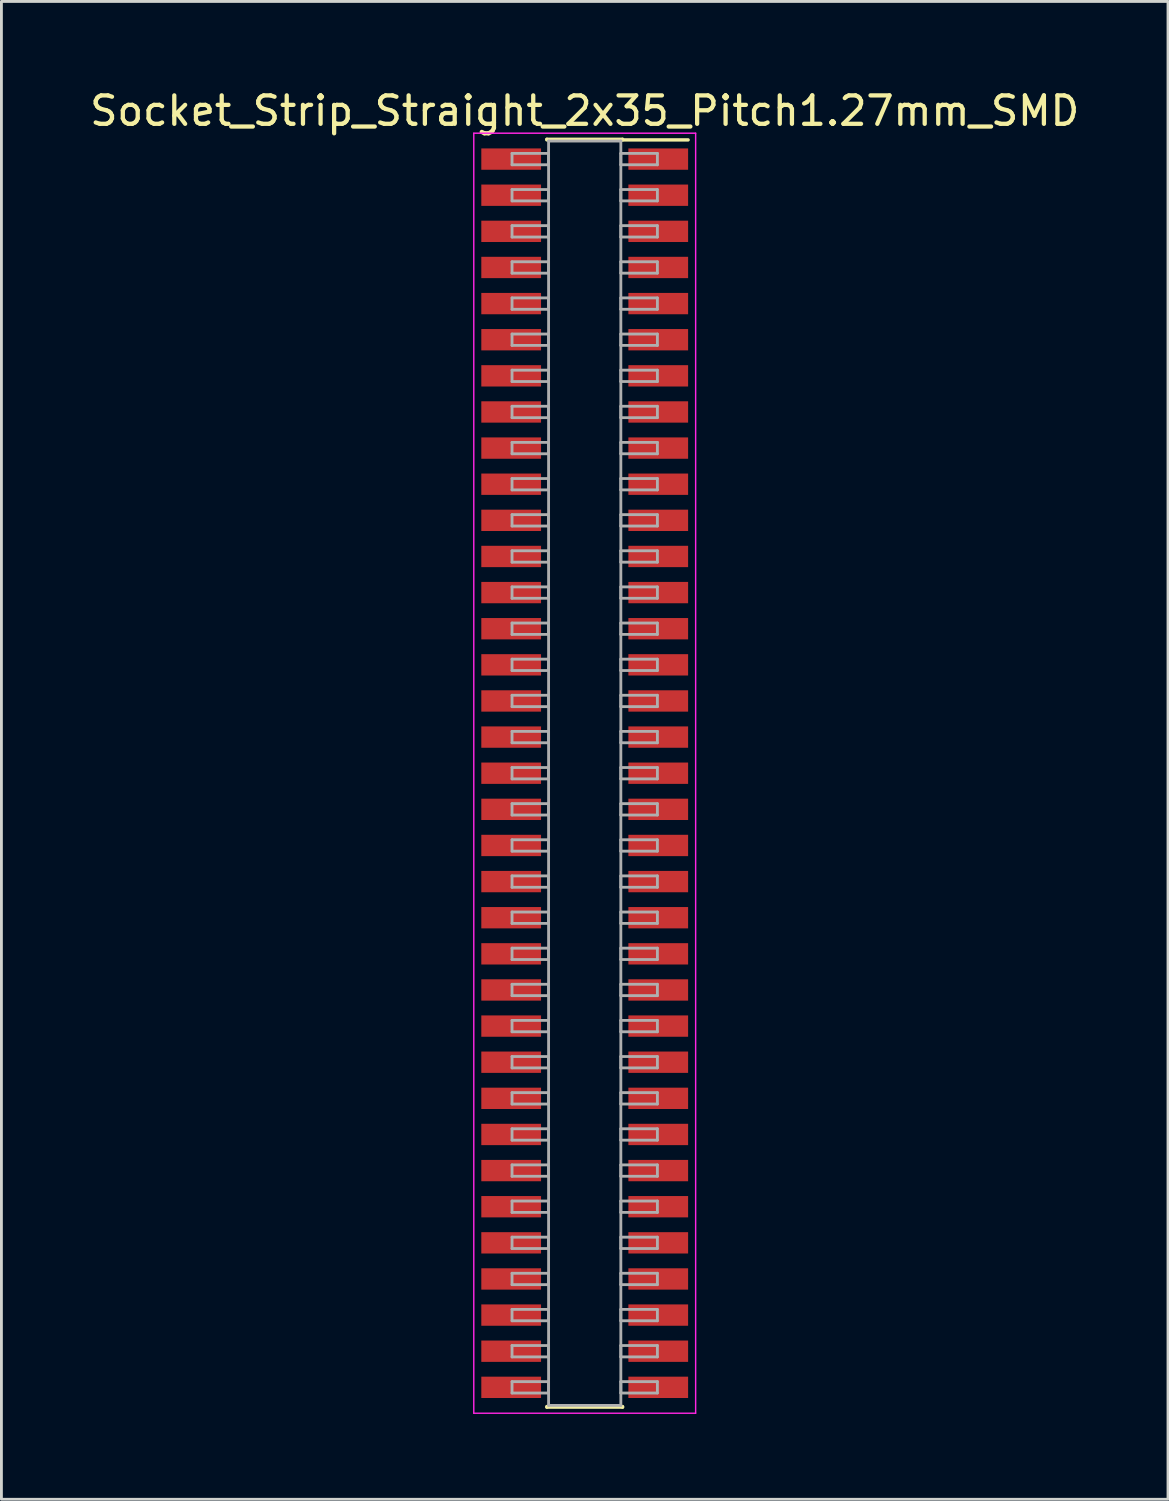
<source format=kicad_pcb>
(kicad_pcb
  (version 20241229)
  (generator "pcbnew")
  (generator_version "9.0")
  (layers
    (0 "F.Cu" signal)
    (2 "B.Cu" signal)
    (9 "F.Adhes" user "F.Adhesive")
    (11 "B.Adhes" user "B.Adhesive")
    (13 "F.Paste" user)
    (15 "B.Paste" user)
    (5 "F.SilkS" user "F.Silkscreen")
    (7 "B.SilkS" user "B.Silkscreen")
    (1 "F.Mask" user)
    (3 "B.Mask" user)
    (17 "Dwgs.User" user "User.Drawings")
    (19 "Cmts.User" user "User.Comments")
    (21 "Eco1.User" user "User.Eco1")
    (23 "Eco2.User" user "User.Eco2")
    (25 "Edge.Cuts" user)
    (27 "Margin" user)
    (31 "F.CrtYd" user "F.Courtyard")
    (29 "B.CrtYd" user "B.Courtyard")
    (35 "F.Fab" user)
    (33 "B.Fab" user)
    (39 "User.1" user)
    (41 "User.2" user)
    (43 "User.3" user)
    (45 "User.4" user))
  (footprint "Socket_Strip_Straight_2x35_Pitch1.27mm_SMD"
    (layer "F.Cu")
    (at 17.506 24.133)
    (property "Reference" "Socket_Strip_Straight_2x35_Pitch1.27mm_SMD" (at 0 -23.285 0) (layer "F.SilkS") (effects (font (size 1 1) (thickness 0.15))))
    (attr smd)
    (fp_line (start -1.33 -22.285) (end 1.33 -22.285) (stroke (width 0.12) (type solid)) (layer "F.SilkS"))
    (fp_line (start -1.33 -22.265) (end -1.33 -22.285) (stroke (width 0.12) (type solid)) (layer "F.SilkS"))
    (fp_line (start -1.33 22.265) (end -1.33 22.285) (stroke (width 0.12) (type solid)) (layer "F.SilkS"))
    (fp_line (start -1.33 22.285) (end 1.33 22.285) (stroke (width 0.12) (type solid)) (layer "F.SilkS"))
    (fp_line (start 1.33 -22.285) (end 1.33 -22.265) (stroke (width 0.12) (type solid)) (layer "F.SilkS"))
    (fp_line (start 1.33 22.285) (end 1.33 22.265) (stroke (width 0.12) (type solid)) (layer "F.SilkS"))
    (fp_line (start 3.635 -22.265) (end 1.33 -22.265) (stroke (width 0.12) (type solid)) (layer "F.SilkS"))
    (fp_line (start -3.9 -22.5) (end -3.9 22.5) (stroke (width 0.05) (type solid)) (layer "F.CrtYd"))
    (fp_line (start -3.9 22.5) (end 3.9 22.5) (stroke (width 0.05) (type solid)) (layer "F.CrtYd"))
    (fp_line (start 3.9 -22.5) (end -3.9 -22.5) (stroke (width 0.05) (type solid)) (layer "F.CrtYd"))
    (fp_line (start 3.9 22.5) (end 3.9 -22.5) (stroke (width 0.05) (type solid)) (layer "F.CrtYd"))
    (fp_line (start -2.555 -21.79) (end -1.27 -21.79) (stroke (width 0.1) (type solid)) (layer "F.Fab"))
    (fp_line (start -2.555 -21.39) (end -2.555 -21.79) (stroke (width 0.1) (type solid)) (layer "F.Fab"))
    (fp_line (start -2.555 -20.52) (end -1.27 -20.52) (stroke (width 0.1) (type solid)) (layer "F.Fab"))
    (fp_line (start -2.555 -20.12) (end -2.555 -20.52) (stroke (width 0.1) (type solid)) (layer "F.Fab"))
    (fp_line (start -2.555 -19.25) (end -1.27 -19.25) (stroke (width 0.1) (type solid)) (layer "F.Fab"))
    (fp_line (start -2.555 -18.85) (end -2.555 -19.25) (stroke (width 0.1) (type solid)) (layer "F.Fab"))
    (fp_line (start -2.555 -17.98) (end -1.27 -17.98) (stroke (width 0.1) (type solid)) (layer "F.Fab"))
    (fp_line (start -2.555 -17.58) (end -2.555 -17.98) (stroke (width 0.1) (type solid)) (layer "F.Fab"))
    (fp_line (start -2.555 -16.71) (end -1.27 -16.71) (stroke (width 0.1) (type solid)) (layer "F.Fab"))
    (fp_line (start -2.555 -16.31) (end -2.555 -16.71) (stroke (width 0.1) (type solid)) (layer "F.Fab"))
    (fp_line (start -2.555 -15.44) (end -1.27 -15.44) (stroke (width 0.1) (type solid)) (layer "F.Fab"))
    (fp_line (start -2.555 -15.04) (end -2.555 -15.44) (stroke (width 0.1) (type solid)) (layer "F.Fab"))
    (fp_line (start -2.555 -14.17) (end -1.27 -14.17) (stroke (width 0.1) (type solid)) (layer "F.Fab"))
    (fp_line (start -2.555 -13.77) (end -2.555 -14.17) (stroke (width 0.1) (type solid)) (layer "F.Fab"))
    (fp_line (start -2.555 -12.9) (end -1.27 -12.9) (stroke (width 0.1) (type solid)) (layer "F.Fab"))
    (fp_line (start -2.555 -12.5) (end -2.555 -12.9) (stroke (width 0.1) (type solid)) (layer "F.Fab"))
    (fp_line (start -2.555 -11.63) (end -1.27 -11.63) (stroke (width 0.1) (type solid)) (layer "F.Fab"))
    (fp_line (start -2.555 -11.23) (end -2.555 -11.63) (stroke (width 0.1) (type solid)) (layer "F.Fab"))
    (fp_line (start -2.555 -10.36) (end -1.27 -10.36) (stroke (width 0.1) (type solid)) (layer "F.Fab"))
    (fp_line (start -2.555 -9.96) (end -2.555 -10.36) (stroke (width 0.1) (type solid)) (layer "F.Fab"))
    (fp_line (start -2.555 -9.09) (end -1.27 -9.09) (stroke (width 0.1) (type solid)) (layer "F.Fab"))
    (fp_line (start -2.555 -8.69) (end -2.555 -9.09) (stroke (width 0.1) (type solid)) (layer "F.Fab"))
    (fp_line (start -2.555 -7.82) (end -1.27 -7.82) (stroke (width 0.1) (type solid)) (layer "F.Fab"))
    (fp_line (start -2.555 -7.42) (end -2.555 -7.82) (stroke (width 0.1) (type solid)) (layer "F.Fab"))
    (fp_line (start -2.555 -6.55) (end -1.27 -6.55) (stroke (width 0.1) (type solid)) (layer "F.Fab"))
    (fp_line (start -2.555 -6.15) (end -2.555 -6.55) (stroke (width 0.1) (type solid)) (layer "F.Fab"))
    (fp_line (start -2.555 -5.28) (end -1.27 -5.28) (stroke (width 0.1) (type solid)) (layer "F.Fab"))
    (fp_line (start -2.555 -4.88) (end -2.555 -5.28) (stroke (width 0.1) (type solid)) (layer "F.Fab"))
    (fp_line (start -2.555 -4.01) (end -1.27 -4.01) (stroke (width 0.1) (type solid)) (layer "F.Fab"))
    (fp_line (start -2.555 -3.61) (end -2.555 -4.01) (stroke (width 0.1) (type solid)) (layer "F.Fab"))
    (fp_line (start -2.555 -2.74) (end -1.27 -2.74) (stroke (width 0.1) (type solid)) (layer "F.Fab"))
    (fp_line (start -2.555 -2.34) (end -2.555 -2.74) (stroke (width 0.1) (type solid)) (layer "F.Fab"))
    (fp_line (start -2.555 -1.47) (end -1.27 -1.47) (stroke (width 0.1) (type solid)) (layer "F.Fab"))
    (fp_line (start -2.555 -1.07) (end -2.555 -1.47) (stroke (width 0.1) (type solid)) (layer "F.Fab"))
    (fp_line (start -2.555 -0.2) (end -1.27 -0.2) (stroke (width 0.1) (type solid)) (layer "F.Fab"))
    (fp_line (start -2.555 0.2) (end -2.555 -0.2) (stroke (width 0.1) (type solid)) (layer "F.Fab"))
    (fp_line (start -2.555 1.07) (end -1.27 1.07) (stroke (width 0.1) (type solid)) (layer "F.Fab"))
    (fp_line (start -2.555 1.47) (end -2.555 1.07) (stroke (width 0.1) (type solid)) (layer "F.Fab"))
    (fp_line (start -2.555 2.34) (end -1.27 2.34) (stroke (width 0.1) (type solid)) (layer "F.Fab"))
    (fp_line (start -2.555 2.74) (end -2.555 2.34) (stroke (width 0.1) (type solid)) (layer "F.Fab"))
    (fp_line (start -2.555 3.61) (end -1.27 3.61) (stroke (width 0.1) (type solid)) (layer "F.Fab"))
    (fp_line (start -2.555 4.01) (end -2.555 3.61) (stroke (width 0.1) (type solid)) (layer "F.Fab"))
    (fp_line (start -2.555 4.88) (end -1.27 4.88) (stroke (width 0.1) (type solid)) (layer "F.Fab"))
    (fp_line (start -2.555 5.28) (end -2.555 4.88) (stroke (width 0.1) (type solid)) (layer "F.Fab"))
    (fp_line (start -2.555 6.15) (end -1.27 6.15) (stroke (width 0.1) (type solid)) (layer "F.Fab"))
    (fp_line (start -2.555 6.55) (end -2.555 6.15) (stroke (width 0.1) (type solid)) (layer "F.Fab"))
    (fp_line (start -2.555 7.42) (end -1.27 7.42) (stroke (width 0.1) (type solid)) (layer "F.Fab"))
    (fp_line (start -2.555 7.82) (end -2.555 7.42) (stroke (width 0.1) (type solid)) (layer "F.Fab"))
    (fp_line (start -2.555 8.69) (end -1.27 8.69) (stroke (width 0.1) (type solid)) (layer "F.Fab"))
    (fp_line (start -2.555 9.09) (end -2.555 8.69) (stroke (width 0.1) (type solid)) (layer "F.Fab"))
    (fp_line (start -2.555 9.96) (end -1.27 9.96) (stroke (width 0.1) (type solid)) (layer "F.Fab"))
    (fp_line (start -2.555 10.36) (end -2.555 9.96) (stroke (width 0.1) (type solid)) (layer "F.Fab"))
    (fp_line (start -2.555 11.23) (end -1.27 11.23) (stroke (width 0.1) (type solid)) (layer "F.Fab"))
    (fp_line (start -2.555 11.63) (end -2.555 11.23) (stroke (width 0.1) (type solid)) (layer "F.Fab"))
    (fp_line (start -2.555 12.5) (end -1.27 12.5) (stroke (width 0.1) (type solid)) (layer "F.Fab"))
    (fp_line (start -2.555 12.9) (end -2.555 12.5) (stroke (width 0.1) (type solid)) (layer "F.Fab"))
    (fp_line (start -2.555 13.77) (end -1.27 13.77) (stroke (width 0.1) (type solid)) (layer "F.Fab"))
    (fp_line (start -2.555 14.17) (end -2.555 13.77) (stroke (width 0.1) (type solid)) (layer "F.Fab"))
    (fp_line (start -2.555 15.04) (end -1.27 15.04) (stroke (width 0.1) (type solid)) (layer "F.Fab"))
    (fp_line (start -2.555 15.44) (end -2.555 15.04) (stroke (width 0.1) (type solid)) (layer "F.Fab"))
    (fp_line (start -2.555 16.31) (end -1.27 16.31) (stroke (width 0.1) (type solid)) (layer "F.Fab"))
    (fp_line (start -2.555 16.71) (end -2.555 16.31) (stroke (width 0.1) (type solid)) (layer "F.Fab"))
    (fp_line (start -2.555 17.58) (end -1.27 17.58) (stroke (width 0.1) (type solid)) (layer "F.Fab"))
    (fp_line (start -2.555 17.98) (end -2.555 17.58) (stroke (width 0.1) (type solid)) (layer "F.Fab"))
    (fp_line (start -2.555 18.85) (end -1.27 18.85) (stroke (width 0.1) (type solid)) (layer "F.Fab"))
    (fp_line (start -2.555 19.25) (end -2.555 18.85) (stroke (width 0.1) (type solid)) (layer "F.Fab"))
    (fp_line (start -2.555 20.12) (end -1.27 20.12) (stroke (width 0.1) (type solid)) (layer "F.Fab"))
    (fp_line (start -2.555 20.52) (end -2.555 20.12) (stroke (width 0.1) (type solid)) (layer "F.Fab"))
    (fp_line (start -2.555 21.39) (end -1.27 21.39) (stroke (width 0.1) (type solid)) (layer "F.Fab"))
    (fp_line (start -2.555 21.79) (end -2.555 21.39) (stroke (width 0.1) (type solid)) (layer "F.Fab"))
    (fp_line (start -1.27 -22.225) (end -1.27 22.225) (stroke (width 0.1) (type solid)) (layer "F.Fab"))
    (fp_line (start -1.27 -21.79) (end -1.27 -21.39) (stroke (width 0.1) (type solid)) (layer "F.Fab"))
    (fp_line (start -1.27 -21.39) (end -2.555 -21.39) (stroke (width 0.1) (type solid)) (layer "F.Fab"))
    (fp_line (start -1.27 -20.52) (end -1.27 -20.12) (stroke (width 0.1) (type solid)) (layer "F.Fab"))
    (fp_line (start -1.27 -20.12) (end -2.555 -20.12) (stroke (width 0.1) (type solid)) (layer "F.Fab"))
    (fp_line (start -1.27 -19.25) (end -1.27 -18.85) (stroke (width 0.1) (type solid)) (layer "F.Fab"))
    (fp_line (start -1.27 -18.85) (end -2.555 -18.85) (stroke (width 0.1) (type solid)) (layer "F.Fab"))
    (fp_line (start -1.27 -17.98) (end -1.27 -17.58) (stroke (width 0.1) (type solid)) (layer "F.Fab"))
    (fp_line (start -1.27 -17.58) (end -2.555 -17.58) (stroke (width 0.1) (type solid)) (layer "F.Fab"))
    (fp_line (start -1.27 -16.71) (end -1.27 -16.31) (stroke (width 0.1) (type solid)) (layer "F.Fab"))
    (fp_line (start -1.27 -16.31) (end -2.555 -16.31) (stroke (width 0.1) (type solid)) (layer "F.Fab"))
    (fp_line (start -1.27 -15.44) (end -1.27 -15.04) (stroke (width 0.1) (type solid)) (layer "F.Fab"))
    (fp_line (start -1.27 -15.04) (end -2.555 -15.04) (stroke (width 0.1) (type solid)) (layer "F.Fab"))
    (fp_line (start -1.27 -14.17) (end -1.27 -13.77) (stroke (width 0.1) (type solid)) (layer "F.Fab"))
    (fp_line (start -1.27 -13.77) (end -2.555 -13.77) (stroke (width 0.1) (type solid)) (layer "F.Fab"))
    (fp_line (start -1.27 -12.9) (end -1.27 -12.5) (stroke (width 0.1) (type solid)) (layer "F.Fab"))
    (fp_line (start -1.27 -12.5) (end -2.555 -12.5) (stroke (width 0.1) (type solid)) (layer "F.Fab"))
    (fp_line (start -1.27 -11.63) (end -1.27 -11.23) (stroke (width 0.1) (type solid)) (layer "F.Fab"))
    (fp_line (start -1.27 -11.23) (end -2.555 -11.23) (stroke (width 0.1) (type solid)) (layer "F.Fab"))
    (fp_line (start -1.27 -10.36) (end -1.27 -9.96) (stroke (width 0.1) (type solid)) (layer "F.Fab"))
    (fp_line (start -1.27 -9.96) (end -2.555 -9.96) (stroke (width 0.1) (type solid)) (layer "F.Fab"))
    (fp_line (start -1.27 -9.09) (end -1.27 -8.69) (stroke (width 0.1) (type solid)) (layer "F.Fab"))
    (fp_line (start -1.27 -8.69) (end -2.555 -8.69) (stroke (width 0.1) (type solid)) (layer "F.Fab"))
    (fp_line (start -1.27 -7.82) (end -1.27 -7.42) (stroke (width 0.1) (type solid)) (layer "F.Fab"))
    (fp_line (start -1.27 -7.42) (end -2.555 -7.42) (stroke (width 0.1) (type solid)) (layer "F.Fab"))
    (fp_line (start -1.27 -6.55) (end -1.27 -6.15) (stroke (width 0.1) (type solid)) (layer "F.Fab"))
    (fp_line (start -1.27 -6.15) (end -2.555 -6.15) (stroke (width 0.1) (type solid)) (layer "F.Fab"))
    (fp_line (start -1.27 -5.28) (end -1.27 -4.88) (stroke (width 0.1) (type solid)) (layer "F.Fab"))
    (fp_line (start -1.27 -4.88) (end -2.555 -4.88) (stroke (width 0.1) (type solid)) (layer "F.Fab"))
    (fp_line (start -1.27 -4.01) (end -1.27 -3.61) (stroke (width 0.1) (type solid)) (layer "F.Fab"))
    (fp_line (start -1.27 -3.61) (end -2.555 -3.61) (stroke (width 0.1) (type solid)) (layer "F.Fab"))
    (fp_line (start -1.27 -2.74) (end -1.27 -2.34) (stroke (width 0.1) (type solid)) (layer "F.Fab"))
    (fp_line (start -1.27 -2.34) (end -2.555 -2.34) (stroke (width 0.1) (type solid)) (layer "F.Fab"))
    (fp_line (start -1.27 -1.47) (end -1.27 -1.07) (stroke (width 0.1) (type solid)) (layer "F.Fab"))
    (fp_line (start -1.27 -1.07) (end -2.555 -1.07) (stroke (width 0.1) (type solid)) (layer "F.Fab"))
    (fp_line (start -1.27 -0.2) (end -1.27 0.2) (stroke (width 0.1) (type solid)) (layer "F.Fab"))
    (fp_line (start -1.27 0.2) (end -2.555 0.2) (stroke (width 0.1) (type solid)) (layer "F.Fab"))
    (fp_line (start -1.27 1.07) (end -1.27 1.47) (stroke (width 0.1) (type solid)) (layer "F.Fab"))
    (fp_line (start -1.27 1.47) (end -2.555 1.47) (stroke (width 0.1) (type solid)) (layer "F.Fab"))
    (fp_line (start -1.27 2.34) (end -1.27 2.74) (stroke (width 0.1) (type solid)) (layer "F.Fab"))
    (fp_line (start -1.27 2.74) (end -2.555 2.74) (stroke (width 0.1) (type solid)) (layer "F.Fab"))
    (fp_line (start -1.27 3.61) (end -1.27 4.01) (stroke (width 0.1) (type solid)) (layer "F.Fab"))
    (fp_line (start -1.27 4.01) (end -2.555 4.01) (stroke (width 0.1) (type solid)) (layer "F.Fab"))
    (fp_line (start -1.27 4.88) (end -1.27 5.28) (stroke (width 0.1) (type solid)) (layer "F.Fab"))
    (fp_line (start -1.27 5.28) (end -2.555 5.28) (stroke (width 0.1) (type solid)) (layer "F.Fab"))
    (fp_line (start -1.27 6.15) (end -1.27 6.55) (stroke (width 0.1) (type solid)) (layer "F.Fab"))
    (fp_line (start -1.27 6.55) (end -2.555 6.55) (stroke (width 0.1) (type solid)) (layer "F.Fab"))
    (fp_line (start -1.27 7.42) (end -1.27 7.82) (stroke (width 0.1) (type solid)) (layer "F.Fab"))
    (fp_line (start -1.27 7.82) (end -2.555 7.82) (stroke (width 0.1) (type solid)) (layer "F.Fab"))
    (fp_line (start -1.27 8.69) (end -1.27 9.09) (stroke (width 0.1) (type solid)) (layer "F.Fab"))
    (fp_line (start -1.27 9.09) (end -2.555 9.09) (stroke (width 0.1) (type solid)) (layer "F.Fab"))
    (fp_line (start -1.27 9.96) (end -1.27 10.36) (stroke (width 0.1) (type solid)) (layer "F.Fab"))
    (fp_line (start -1.27 10.36) (end -2.555 10.36) (stroke (width 0.1) (type solid)) (layer "F.Fab"))
    (fp_line (start -1.27 11.23) (end -1.27 11.63) (stroke (width 0.1) (type solid)) (layer "F.Fab"))
    (fp_line (start -1.27 11.63) (end -2.555 11.63) (stroke (width 0.1) (type solid)) (layer "F.Fab"))
    (fp_line (start -1.27 12.5) (end -1.27 12.9) (stroke (width 0.1) (type solid)) (layer "F.Fab"))
    (fp_line (start -1.27 12.9) (end -2.555 12.9) (stroke (width 0.1) (type solid)) (layer "F.Fab"))
    (fp_line (start -1.27 13.77) (end -1.27 14.17) (stroke (width 0.1) (type solid)) (layer "F.Fab"))
    (fp_line (start -1.27 14.17) (end -2.555 14.17) (stroke (width 0.1) (type solid)) (layer "F.Fab"))
    (fp_line (start -1.27 15.04) (end -1.27 15.44) (stroke (width 0.1) (type solid)) (layer "F.Fab"))
    (fp_line (start -1.27 15.44) (end -2.555 15.44) (stroke (width 0.1) (type solid)) (layer "F.Fab"))
    (fp_line (start -1.27 16.31) (end -1.27 16.71) (stroke (width 0.1) (type solid)) (layer "F.Fab"))
    (fp_line (start -1.27 16.71) (end -2.555 16.71) (stroke (width 0.1) (type solid)) (layer "F.Fab"))
    (fp_line (start -1.27 17.58) (end -1.27 17.98) (stroke (width 0.1) (type solid)) (layer "F.Fab"))
    (fp_line (start -1.27 17.98) (end -2.555 17.98) (stroke (width 0.1) (type solid)) (layer "F.Fab"))
    (fp_line (start -1.27 18.85) (end -1.27 19.25) (stroke (width 0.1) (type solid)) (layer "F.Fab"))
    (fp_line (start -1.27 19.25) (end -2.555 19.25) (stroke (width 0.1) (type solid)) (layer "F.Fab"))
    (fp_line (start -1.27 20.12) (end -1.27 20.52) (stroke (width 0.1) (type solid)) (layer "F.Fab"))
    (fp_line (start -1.27 20.52) (end -2.555 20.52) (stroke (width 0.1) (type solid)) (layer "F.Fab"))
    (fp_line (start -1.27 21.39) (end -1.27 21.79) (stroke (width 0.1) (type solid)) (layer "F.Fab"))
    (fp_line (start -1.27 21.79) (end -2.555 21.79) (stroke (width 0.1) (type solid)) (layer "F.Fab"))
    (fp_line (start -1.27 22.225) (end 1.27 22.225) (stroke (width 0.1) (type solid)) (layer "F.Fab"))
    (fp_line (start 1.27 -22.225) (end -1.27 -22.225) (stroke (width 0.1) (type solid)) (layer "F.Fab"))
    (fp_line (start 1.27 -21.79) (end 1.27 -21.39) (stroke (width 0.1) (type solid)) (layer "F.Fab"))
    (fp_line (start 1.27 -21.39) (end 2.555 -21.39) (stroke (width 0.1) (type solid)) (layer "F.Fab"))
    (fp_line (start 1.27 -20.52) (end 1.27 -20.12) (stroke (width 0.1) (type solid)) (layer "F.Fab"))
    (fp_line (start 1.27 -20.12) (end 2.555 -20.12) (stroke (width 0.1) (type solid)) (layer "F.Fab"))
    (fp_line (start 1.27 -19.25) (end 1.27 -18.85) (stroke (width 0.1) (type solid)) (layer "F.Fab"))
    (fp_line (start 1.27 -18.85) (end 2.555 -18.85) (stroke (width 0.1) (type solid)) (layer "F.Fab"))
    (fp_line (start 1.27 -17.98) (end 1.27 -17.58) (stroke (width 0.1) (type solid)) (layer "F.Fab"))
    (fp_line (start 1.27 -17.58) (end 2.555 -17.58) (stroke (width 0.1) (type solid)) (layer "F.Fab"))
    (fp_line (start 1.27 -16.71) (end 1.27 -16.31) (stroke (width 0.1) (type solid)) (layer "F.Fab"))
    (fp_line (start 1.27 -16.31) (end 2.555 -16.31) (stroke (width 0.1) (type solid)) (layer "F.Fab"))
    (fp_line (start 1.27 -15.44) (end 1.27 -15.04) (stroke (width 0.1) (type solid)) (layer "F.Fab"))
    (fp_line (start 1.27 -15.04) (end 2.555 -15.04) (stroke (width 0.1) (type solid)) (layer "F.Fab"))
    (fp_line (start 1.27 -14.17) (end 1.27 -13.77) (stroke (width 0.1) (type solid)) (layer "F.Fab"))
    (fp_line (start 1.27 -13.77) (end 2.555 -13.77) (stroke (width 0.1) (type solid)) (layer "F.Fab"))
    (fp_line (start 1.27 -12.9) (end 1.27 -12.5) (stroke (width 0.1) (type solid)) (layer "F.Fab"))
    (fp_line (start 1.27 -12.5) (end 2.555 -12.5) (stroke (width 0.1) (type solid)) (layer "F.Fab"))
    (fp_line (start 1.27 -11.63) (end 1.27 -11.23) (stroke (width 0.1) (type solid)) (layer "F.Fab"))
    (fp_line (start 1.27 -11.23) (end 2.555 -11.23) (stroke (width 0.1) (type solid)) (layer "F.Fab"))
    (fp_line (start 1.27 -10.36) (end 1.27 -9.96) (stroke (width 0.1) (type solid)) (layer "F.Fab"))
    (fp_line (start 1.27 -9.96) (end 2.555 -9.96) (stroke (width 0.1) (type solid)) (layer "F.Fab"))
    (fp_line (start 1.27 -9.09) (end 1.27 -8.69) (stroke (width 0.1) (type solid)) (layer "F.Fab"))
    (fp_line (start 1.27 -8.69) (end 2.555 -8.69) (stroke (width 0.1) (type solid)) (layer "F.Fab"))
    (fp_line (start 1.27 -7.82) (end 1.27 -7.42) (stroke (width 0.1) (type solid)) (layer "F.Fab"))
    (fp_line (start 1.27 -7.42) (end 2.555 -7.42) (stroke (width 0.1) (type solid)) (layer "F.Fab"))
    (fp_line (start 1.27 -6.55) (end 1.27 -6.15) (stroke (width 0.1) (type solid)) (layer "F.Fab"))
    (fp_line (start 1.27 -6.15) (end 2.555 -6.15) (stroke (width 0.1) (type solid)) (layer "F.Fab"))
    (fp_line (start 1.27 -5.28) (end 1.27 -4.88) (stroke (width 0.1) (type solid)) (layer "F.Fab"))
    (fp_line (start 1.27 -4.88) (end 2.555 -4.88) (stroke (width 0.1) (type solid)) (layer "F.Fab"))
    (fp_line (start 1.27 -4.01) (end 1.27 -3.61) (stroke (width 0.1) (type solid)) (layer "F.Fab"))
    (fp_line (start 1.27 -3.61) (end 2.555 -3.61) (stroke (width 0.1) (type solid)) (layer "F.Fab"))
    (fp_line (start 1.27 -2.74) (end 1.27 -2.34) (stroke (width 0.1) (type solid)) (layer "F.Fab"))
    (fp_line (start 1.27 -2.34) (end 2.555 -2.34) (stroke (width 0.1) (type solid)) (layer "F.Fab"))
    (fp_line (start 1.27 -1.47) (end 1.27 -1.07) (stroke (width 0.1) (type solid)) (layer "F.Fab"))
    (fp_line (start 1.27 -1.07) (end 2.555 -1.07) (stroke (width 0.1) (type solid)) (layer "F.Fab"))
    (fp_line (start 1.27 -0.2) (end 1.27 0.2) (stroke (width 0.1) (type solid)) (layer "F.Fab"))
    (fp_line (start 1.27 0.2) (end 2.555 0.2) (stroke (width 0.1) (type solid)) (layer "F.Fab"))
    (fp_line (start 1.27 1.07) (end 1.27 1.47) (stroke (width 0.1) (type solid)) (layer "F.Fab"))
    (fp_line (start 1.27 1.47) (end 2.555 1.47) (stroke (width 0.1) (type solid)) (layer "F.Fab"))
    (fp_line (start 1.27 2.34) (end 1.27 2.74) (stroke (width 0.1) (type solid)) (layer "F.Fab"))
    (fp_line (start 1.27 2.74) (end 2.555 2.74) (stroke (width 0.1) (type solid)) (layer "F.Fab"))
    (fp_line (start 1.27 3.61) (end 1.27 4.01) (stroke (width 0.1) (type solid)) (layer "F.Fab"))
    (fp_line (start 1.27 4.01) (end 2.555 4.01) (stroke (width 0.1) (type solid)) (layer "F.Fab"))
    (fp_line (start 1.27 4.88) (end 1.27 5.28) (stroke (width 0.1) (type solid)) (layer "F.Fab"))
    (fp_line (start 1.27 5.28) (end 2.555 5.28) (stroke (width 0.1) (type solid)) (layer "F.Fab"))
    (fp_line (start 1.27 6.15) (end 1.27 6.55) (stroke (width 0.1) (type solid)) (layer "F.Fab"))
    (fp_line (start 1.27 6.55) (end 2.555 6.55) (stroke (width 0.1) (type solid)) (layer "F.Fab"))
    (fp_line (start 1.27 7.42) (end 1.27 7.82) (stroke (width 0.1) (type solid)) (layer "F.Fab"))
    (fp_line (start 1.27 7.82) (end 2.555 7.82) (stroke (width 0.1) (type solid)) (layer "F.Fab"))
    (fp_line (start 1.27 8.69) (end 1.27 9.09) (stroke (width 0.1) (type solid)) (layer "F.Fab"))
    (fp_line (start 1.27 9.09) (end 2.555 9.09) (stroke (width 0.1) (type solid)) (layer "F.Fab"))
    (fp_line (start 1.27 9.96) (end 1.27 10.36) (stroke (width 0.1) (type solid)) (layer "F.Fab"))
    (fp_line (start 1.27 10.36) (end 2.555 10.36) (stroke (width 0.1) (type solid)) (layer "F.Fab"))
    (fp_line (start 1.27 11.23) (end 1.27 11.63) (stroke (width 0.1) (type solid)) (layer "F.Fab"))
    (fp_line (start 1.27 11.63) (end 2.555 11.63) (stroke (width 0.1) (type solid)) (layer "F.Fab"))
    (fp_line (start 1.27 12.5) (end 1.27 12.9) (stroke (width 0.1) (type solid)) (layer "F.Fab"))
    (fp_line (start 1.27 12.9) (end 2.555 12.9) (stroke (width 0.1) (type solid)) (layer "F.Fab"))
    (fp_line (start 1.27 13.77) (end 1.27 14.17) (stroke (width 0.1) (type solid)) (layer "F.Fab"))
    (fp_line (start 1.27 14.17) (end 2.555 14.17) (stroke (width 0.1) (type solid)) (layer "F.Fab"))
    (fp_line (start 1.27 15.04) (end 1.27 15.44) (stroke (width 0.1) (type solid)) (layer "F.Fab"))
    (fp_line (start 1.27 15.44) (end 2.555 15.44) (stroke (width 0.1) (type solid)) (layer "F.Fab"))
    (fp_line (start 1.27 16.31) (end 1.27 16.71) (stroke (width 0.1) (type solid)) (layer "F.Fab"))
    (fp_line (start 1.27 16.71) (end 2.555 16.71) (stroke (width 0.1) (type solid)) (layer "F.Fab"))
    (fp_line (start 1.27 17.58) (end 1.27 17.98) (stroke (width 0.1) (type solid)) (layer "F.Fab"))
    (fp_line (start 1.27 17.98) (end 2.555 17.98) (stroke (width 0.1) (type solid)) (layer "F.Fab"))
    (fp_line (start 1.27 18.85) (end 1.27 19.25) (stroke (width 0.1) (type solid)) (layer "F.Fab"))
    (fp_line (start 1.27 19.25) (end 2.555 19.25) (stroke (width 0.1) (type solid)) (layer "F.Fab"))
    (fp_line (start 1.27 20.12) (end 1.27 20.52) (stroke (width 0.1) (type solid)) (layer "F.Fab"))
    (fp_line (start 1.27 20.52) (end 2.555 20.52) (stroke (width 0.1) (type solid)) (layer "F.Fab"))
    (fp_line (start 1.27 21.39) (end 1.27 21.79) (stroke (width 0.1) (type solid)) (layer "F.Fab"))
    (fp_line (start 1.27 21.79) (end 2.555 21.79) (stroke (width 0.1) (type solid)) (layer "F.Fab"))
    (fp_line (start 1.27 22.225) (end 1.27 -22.225) (stroke (width 0.1) (type solid)) (layer "F.Fab"))
    (fp_line (start 2.555 -21.79) (end 1.27 -21.79) (stroke (width 0.1) (type solid)) (layer "F.Fab"))
    (fp_line (start 2.555 -21.39) (end 2.555 -21.79) (stroke (width 0.1) (type solid)) (layer "F.Fab"))
    (fp_line (start 2.555 -20.52) (end 1.27 -20.52) (stroke (width 0.1) (type solid)) (layer "F.Fab"))
    (fp_line (start 2.555 -20.12) (end 2.555 -20.52) (stroke (width 0.1) (type solid)) (layer "F.Fab"))
    (fp_line (start 2.555 -19.25) (end 1.27 -19.25) (stroke (width 0.1) (type solid)) (layer "F.Fab"))
    (fp_line (start 2.555 -18.85) (end 2.555 -19.25) (stroke (width 0.1) (type solid)) (layer "F.Fab"))
    (fp_line (start 2.555 -17.98) (end 1.27 -17.98) (stroke (width 0.1) (type solid)) (layer "F.Fab"))
    (fp_line (start 2.555 -17.58) (end 2.555 -17.98) (stroke (width 0.1) (type solid)) (layer "F.Fab"))
    (fp_line (start 2.555 -16.71) (end 1.27 -16.71) (stroke (width 0.1) (type solid)) (layer "F.Fab"))
    (fp_line (start 2.555 -16.31) (end 2.555 -16.71) (stroke (width 0.1) (type solid)) (layer "F.Fab"))
    (fp_line (start 2.555 -15.44) (end 1.27 -15.44) (stroke (width 0.1) (type solid)) (layer "F.Fab"))
    (fp_line (start 2.555 -15.04) (end 2.555 -15.44) (stroke (width 0.1) (type solid)) (layer "F.Fab"))
    (fp_line (start 2.555 -14.17) (end 1.27 -14.17) (stroke (width 0.1) (type solid)) (layer "F.Fab"))
    (fp_line (start 2.555 -13.77) (end 2.555 -14.17) (stroke (width 0.1) (type solid)) (layer "F.Fab"))
    (fp_line (start 2.555 -12.9) (end 1.27 -12.9) (stroke (width 0.1) (type solid)) (layer "F.Fab"))
    (fp_line (start 2.555 -12.5) (end 2.555 -12.9) (stroke (width 0.1) (type solid)) (layer "F.Fab"))
    (fp_line (start 2.555 -11.63) (end 1.27 -11.63) (stroke (width 0.1) (type solid)) (layer "F.Fab"))
    (fp_line (start 2.555 -11.23) (end 2.555 -11.63) (stroke (width 0.1) (type solid)) (layer "F.Fab"))
    (fp_line (start 2.555 -10.36) (end 1.27 -10.36) (stroke (width 0.1) (type solid)) (layer "F.Fab"))
    (fp_line (start 2.555 -9.96) (end 2.555 -10.36) (stroke (width 0.1) (type solid)) (layer "F.Fab"))
    (fp_line (start 2.555 -9.09) (end 1.27 -9.09) (stroke (width 0.1) (type solid)) (layer "F.Fab"))
    (fp_line (start 2.555 -8.69) (end 2.555 -9.09) (stroke (width 0.1) (type solid)) (layer "F.Fab"))
    (fp_line (start 2.555 -7.82) (end 1.27 -7.82) (stroke (width 0.1) (type solid)) (layer "F.Fab"))
    (fp_line (start 2.555 -7.42) (end 2.555 -7.82) (stroke (width 0.1) (type solid)) (layer "F.Fab"))
    (fp_line (start 2.555 -6.55) (end 1.27 -6.55) (stroke (width 0.1) (type solid)) (layer "F.Fab"))
    (fp_line (start 2.555 -6.15) (end 2.555 -6.55) (stroke (width 0.1) (type solid)) (layer "F.Fab"))
    (fp_line (start 2.555 -5.28) (end 1.27 -5.28) (stroke (width 0.1) (type solid)) (layer "F.Fab"))
    (fp_line (start 2.555 -4.88) (end 2.555 -5.28) (stroke (width 0.1) (type solid)) (layer "F.Fab"))
    (fp_line (start 2.555 -4.01) (end 1.27 -4.01) (stroke (width 0.1) (type solid)) (layer "F.Fab"))
    (fp_line (start 2.555 -3.61) (end 2.555 -4.01) (stroke (width 0.1) (type solid)) (layer "F.Fab"))
    (fp_line (start 2.555 -2.74) (end 1.27 -2.74) (stroke (width 0.1) (type solid)) (layer "F.Fab"))
    (fp_line (start 2.555 -2.34) (end 2.555 -2.74) (stroke (width 0.1) (type solid)) (layer "F.Fab"))
    (fp_line (start 2.555 -1.47) (end 1.27 -1.47) (stroke (width 0.1) (type solid)) (layer "F.Fab"))
    (fp_line (start 2.555 -1.07) (end 2.555 -1.47) (stroke (width 0.1) (type solid)) (layer "F.Fab"))
    (fp_line (start 2.555 -0.2) (end 1.27 -0.2) (stroke (width 0.1) (type solid)) (layer "F.Fab"))
    (fp_line (start 2.555 0.2) (end 2.555 -0.2) (stroke (width 0.1) (type solid)) (layer "F.Fab"))
    (fp_line (start 2.555 1.07) (end 1.27 1.07) (stroke (width 0.1) (type solid)) (layer "F.Fab"))
    (fp_line (start 2.555 1.47) (end 2.555 1.07) (stroke (width 0.1) (type solid)) (layer "F.Fab"))
    (fp_line (start 2.555 2.34) (end 1.27 2.34) (stroke (width 0.1) (type solid)) (layer "F.Fab"))
    (fp_line (start 2.555 2.74) (end 2.555 2.34) (stroke (width 0.1) (type solid)) (layer "F.Fab"))
    (fp_line (start 2.555 3.61) (end 1.27 3.61) (stroke (width 0.1) (type solid)) (layer "F.Fab"))
    (fp_line (start 2.555 4.01) (end 2.555 3.61) (stroke (width 0.1) (type solid)) (layer "F.Fab"))
    (fp_line (start 2.555 4.88) (end 1.27 4.88) (stroke (width 0.1) (type solid)) (layer "F.Fab"))
    (fp_line (start 2.555 5.28) (end 2.555 4.88) (stroke (width 0.1) (type solid)) (layer "F.Fab"))
    (fp_line (start 2.555 6.15) (end 1.27 6.15) (stroke (width 0.1) (type solid)) (layer "F.Fab"))
    (fp_line (start 2.555 6.55) (end 2.555 6.15) (stroke (width 0.1) (type solid)) (layer "F.Fab"))
    (fp_line (start 2.555 7.42) (end 1.27 7.42) (stroke (width 0.1) (type solid)) (layer "F.Fab"))
    (fp_line (start 2.555 7.82) (end 2.555 7.42) (stroke (width 0.1) (type solid)) (layer "F.Fab"))
    (fp_line (start 2.555 8.69) (end 1.27 8.69) (stroke (width 0.1) (type solid)) (layer "F.Fab"))
    (fp_line (start 2.555 9.09) (end 2.555 8.69) (stroke (width 0.1) (type solid)) (layer "F.Fab"))
    (fp_line (start 2.555 9.96) (end 1.27 9.96) (stroke (width 0.1) (type solid)) (layer "F.Fab"))
    (fp_line (start 2.555 10.36) (end 2.555 9.96) (stroke (width 0.1) (type solid)) (layer "F.Fab"))
    (fp_line (start 2.555 11.23) (end 1.27 11.23) (stroke (width 0.1) (type solid)) (layer "F.Fab"))
    (fp_line (start 2.555 11.63) (end 2.555 11.23) (stroke (width 0.1) (type solid)) (layer "F.Fab"))
    (fp_line (start 2.555 12.5) (end 1.27 12.5) (stroke (width 0.1) (type solid)) (layer "F.Fab"))
    (fp_line (start 2.555 12.9) (end 2.555 12.5) (stroke (width 0.1) (type solid)) (layer "F.Fab"))
    (fp_line (start 2.555 13.77) (end 1.27 13.77) (stroke (width 0.1) (type solid)) (layer "F.Fab"))
    (fp_line (start 2.555 14.17) (end 2.555 13.77) (stroke (width 0.1) (type solid)) (layer "F.Fab"))
    (fp_line (start 2.555 15.04) (end 1.27 15.04) (stroke (width 0.1) (type solid)) (layer "F.Fab"))
    (fp_line (start 2.555 15.44) (end 2.555 15.04) (stroke (width 0.1) (type solid)) (layer "F.Fab"))
    (fp_line (start 2.555 16.31) (end 1.27 16.31) (stroke (width 0.1) (type solid)) (layer "F.Fab"))
    (fp_line (start 2.555 16.71) (end 2.555 16.31) (stroke (width 0.1) (type solid)) (layer "F.Fab"))
    (fp_line (start 2.555 17.58) (end 1.27 17.58) (stroke (width 0.1) (type solid)) (layer "F.Fab"))
    (fp_line (start 2.555 17.98) (end 2.555 17.58) (stroke (width 0.1) (type solid)) (layer "F.Fab"))
    (fp_line (start 2.555 18.85) (end 1.27 18.85) (stroke (width 0.1) (type solid)) (layer "F.Fab"))
    (fp_line (start 2.555 19.25) (end 2.555 18.85) (stroke (width 0.1) (type solid)) (layer "F.Fab"))
    (fp_line (start 2.555 20.12) (end 1.27 20.12) (stroke (width 0.1) (type solid)) (layer "F.Fab"))
    (fp_line (start 2.555 20.52) (end 2.555 20.12) (stroke (width 0.1) (type solid)) (layer "F.Fab"))
    (fp_line (start 2.555 21.39) (end 1.27 21.39) (stroke (width 0.1) (type solid)) (layer "F.Fab"))
    (fp_line (start 2.555 21.79) (end 2.555 21.39) (stroke (width 0.1) (type solid)) (layer "F.Fab"))
    (pad "1" smd rect (at 2.585 -21.59) (size 2.1 0.75) (layers "F.Cu" "F.Mask"))
    (pad "2" smd rect (at -2.585 -21.59) (size 2.1 0.75) (layers "F.Cu" "F.Mask"))
    (pad "3" smd rect (at 2.585 -20.32) (size 2.1 0.75) (layers "F.Cu" "F.Mask"))
    (pad "4" smd rect (at -2.585 -20.32) (size 2.1 0.75) (layers "F.Cu" "F.Mask"))
    (pad "5" smd rect (at 2.585 -19.05) (size 2.1 0.75) (layers "F.Cu" "F.Mask"))
    (pad "6" smd rect (at -2.585 -19.05) (size 2.1 0.75) (layers "F.Cu" "F.Mask"))
    (pad "7" smd rect (at 2.585 -17.78) (size 2.1 0.75) (layers "F.Cu" "F.Mask"))
    (pad "8" smd rect (at -2.585 -17.78) (size 2.1 0.75) (layers "F.Cu" "F.Mask"))
    (pad "9" smd rect (at 2.585 -16.51) (size 2.1 0.75) (layers "F.Cu" "F.Mask"))
    (pad "10" smd rect (at -2.585 -16.51) (size 2.1 0.75) (layers "F.Cu" "F.Mask"))
    (pad "11" smd rect (at 2.585 -15.24) (size 2.1 0.75) (layers "F.Cu" "F.Mask"))
    (pad "12" smd rect (at -2.585 -15.24) (size 2.1 0.75) (layers "F.Cu" "F.Mask"))
    (pad "13" smd rect (at 2.585 -13.97) (size 2.1 0.75) (layers "F.Cu" "F.Mask"))
    (pad "14" smd rect (at -2.585 -13.97) (size 2.1 0.75) (layers "F.Cu" "F.Mask"))
    (pad "15" smd rect (at 2.585 -12.7) (size 2.1 0.75) (layers "F.Cu" "F.Mask"))
    (pad "16" smd rect (at -2.585 -12.7) (size 2.1 0.75) (layers "F.Cu" "F.Mask"))
    (pad "17" smd rect (at 2.585 -11.43) (size 2.1 0.75) (layers "F.Cu" "F.Mask"))
    (pad "18" smd rect (at -2.585 -11.43) (size 2.1 0.75) (layers "F.Cu" "F.Mask"))
    (pad "19" smd rect (at 2.585 -10.16) (size 2.1 0.75) (layers "F.Cu" "F.Mask"))
    (pad "20" smd rect (at -2.585 -10.16) (size 2.1 0.75) (layers "F.Cu" "F.Mask"))
    (pad "21" smd rect (at 2.585 -8.89) (size 2.1 0.75) (layers "F.Cu" "F.Mask"))
    (pad "22" smd rect (at -2.585 -8.89) (size 2.1 0.75) (layers "F.Cu" "F.Mask"))
    (pad "23" smd rect (at 2.585 -7.62) (size 2.1 0.75) (layers "F.Cu" "F.Mask"))
    (pad "24" smd rect (at -2.585 -7.62) (size 2.1 0.75) (layers "F.Cu" "F.Mask"))
    (pad "25" smd rect (at 2.585 -6.35) (size 2.1 0.75) (layers "F.Cu" "F.Mask"))
    (pad "26" smd rect (at -2.585 -6.35) (size 2.1 0.75) (layers "F.Cu" "F.Mask"))
    (pad "27" smd rect (at 2.585 -5.08) (size 2.1 0.75) (layers "F.Cu" "F.Mask"))
    (pad "28" smd rect (at -2.585 -5.08) (size 2.1 0.75) (layers "F.Cu" "F.Mask"))
    (pad "29" smd rect (at 2.585 -3.81) (size 2.1 0.75) (layers "F.Cu" "F.Mask"))
    (pad "30" smd rect (at -2.585 -3.81) (size 2.1 0.75) (layers "F.Cu" "F.Mask"))
    (pad "31" smd rect (at 2.585 -2.54) (size 2.1 0.75) (layers "F.Cu" "F.Mask"))
    (pad "32" smd rect (at -2.585 -2.54) (size 2.1 0.75) (layers "F.Cu" "F.Mask"))
    (pad "33" smd rect (at 2.585 -1.27) (size 2.1 0.75) (layers "F.Cu" "F.Mask"))
    (pad "34" smd rect (at -2.585 -1.27) (size 2.1 0.75) (layers "F.Cu" "F.Mask"))
    (pad "35" smd rect (at 2.585 0) (size 2.1 0.75) (layers "F.Cu" "F.Mask"))
    (pad "36" smd rect (at -2.585 0) (size 2.1 0.75) (layers "F.Cu" "F.Mask"))
    (pad "37" smd rect (at 2.585 1.27) (size 2.1 0.75) (layers "F.Cu" "F.Mask"))
    (pad "38" smd rect (at -2.585 1.27) (size 2.1 0.75) (layers "F.Cu" "F.Mask"))
    (pad "39" smd rect (at 2.585 2.54) (size 2.1 0.75) (layers "F.Cu" "F.Mask"))
    (pad "40" smd rect (at -2.585 2.54) (size 2.1 0.75) (layers "F.Cu" "F.Mask"))
    (pad "41" smd rect (at 2.585 3.81) (size 2.1 0.75) (layers "F.Cu" "F.Mask"))
    (pad "42" smd rect (at -2.585 3.81) (size 2.1 0.75) (layers "F.Cu" "F.Mask"))
    (pad "43" smd rect (at 2.585 5.08) (size 2.1 0.75) (layers "F.Cu" "F.Mask"))
    (pad "44" smd rect (at -2.585 5.08) (size 2.1 0.75) (layers "F.Cu" "F.Mask"))
    (pad "45" smd rect (at 2.585 6.35) (size 2.1 0.75) (layers "F.Cu" "F.Mask"))
    (pad "46" smd rect (at -2.585 6.35) (size 2.1 0.75) (layers "F.Cu" "F.Mask"))
    (pad "47" smd rect (at 2.585 7.62) (size 2.1 0.75) (layers "F.Cu" "F.Mask"))
    (pad "48" smd rect (at -2.585 7.62) (size 2.1 0.75) (layers "F.Cu" "F.Mask"))
    (pad "49" smd rect (at 2.585 8.89) (size 2.1 0.75) (layers "F.Cu" "F.Mask"))
    (pad "50" smd rect (at -2.585 8.89) (size 2.1 0.75) (layers "F.Cu" "F.Mask"))
    (pad "51" smd rect (at 2.585 10.16) (size 2.1 0.75) (layers "F.Cu" "F.Mask"))
    (pad "52" smd rect (at -2.585 10.16) (size 2.1 0.75) (layers "F.Cu" "F.Mask"))
    (pad "53" smd rect (at 2.585 11.43) (size 2.1 0.75) (layers "F.Cu" "F.Mask"))
    (pad "54" smd rect (at -2.585 11.43) (size 2.1 0.75) (layers "F.Cu" "F.Mask"))
    (pad "55" smd rect (at 2.585 12.7) (size 2.1 0.75) (layers "F.Cu" "F.Mask"))
    (pad "56" smd rect (at -2.585 12.7) (size 2.1 0.75) (layers "F.Cu" "F.Mask"))
    (pad "57" smd rect (at 2.585 13.97) (size 2.1 0.75) (layers "F.Cu" "F.Mask"))
    (pad "58" smd rect (at -2.585 13.97) (size 2.1 0.75) (layers "F.Cu" "F.Mask"))
    (pad "59" smd rect (at 2.585 15.24) (size 2.1 0.75) (layers "F.Cu" "F.Mask"))
    (pad "60" smd rect (at -2.585 15.24) (size 2.1 0.75) (layers "F.Cu" "F.Mask"))
    (pad "61" smd rect (at 2.585 16.51) (size 2.1 0.75) (layers "F.Cu" "F.Mask"))
    (pad "62" smd rect (at -2.585 16.51) (size 2.1 0.75) (layers "F.Cu" "F.Mask"))
    (pad "63" smd rect (at 2.585 17.78) (size 2.1 0.75) (layers "F.Cu" "F.Mask"))
    (pad "64" smd rect (at -2.585 17.78) (size 2.1 0.75) (layers "F.Cu" "F.Mask"))
    (pad "65" smd rect (at 2.585 19.05) (size 2.1 0.75) (layers "F.Cu" "F.Mask"))
    (pad "66" smd rect (at -2.585 19.05) (size 2.1 0.75) (layers "F.Cu" "F.Mask"))
    (pad "67" smd rect (at 2.585 20.32) (size 2.1 0.75) (layers "F.Cu" "F.Mask"))
    (pad "68" smd rect (at -2.585 20.32) (size 2.1 0.75) (layers "F.Cu" "F.Mask"))
    (pad "69" smd rect (at 2.585 21.59) (size 2.1 0.75) (layers "F.Cu" "F.Mask"))
    (pad "70" smd rect (at -2.585 21.59) (size 2.1 0.75) (layers "F.Cu" "F.Mask")))
  (gr_rect
    (start -3 -3)
    (end 38.012 49.658)
    (stroke (width 0.1) (type default))
    (fill no)
    (layer "Edge.Cuts")))
</source>
